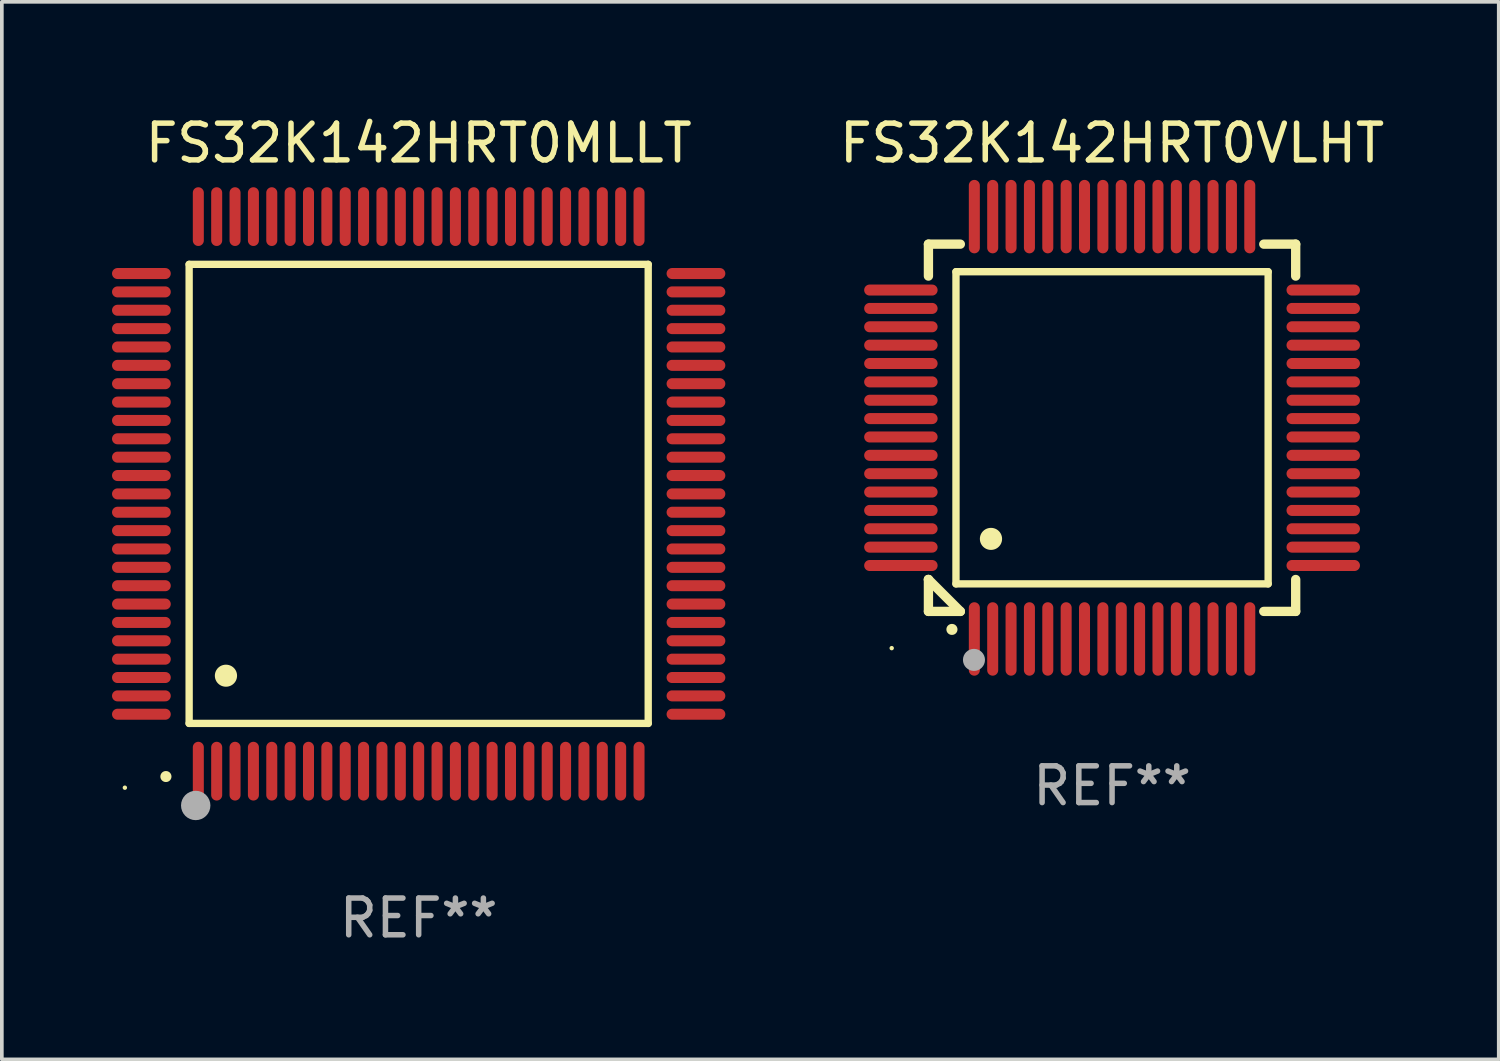
<source format=kicad_pcb>
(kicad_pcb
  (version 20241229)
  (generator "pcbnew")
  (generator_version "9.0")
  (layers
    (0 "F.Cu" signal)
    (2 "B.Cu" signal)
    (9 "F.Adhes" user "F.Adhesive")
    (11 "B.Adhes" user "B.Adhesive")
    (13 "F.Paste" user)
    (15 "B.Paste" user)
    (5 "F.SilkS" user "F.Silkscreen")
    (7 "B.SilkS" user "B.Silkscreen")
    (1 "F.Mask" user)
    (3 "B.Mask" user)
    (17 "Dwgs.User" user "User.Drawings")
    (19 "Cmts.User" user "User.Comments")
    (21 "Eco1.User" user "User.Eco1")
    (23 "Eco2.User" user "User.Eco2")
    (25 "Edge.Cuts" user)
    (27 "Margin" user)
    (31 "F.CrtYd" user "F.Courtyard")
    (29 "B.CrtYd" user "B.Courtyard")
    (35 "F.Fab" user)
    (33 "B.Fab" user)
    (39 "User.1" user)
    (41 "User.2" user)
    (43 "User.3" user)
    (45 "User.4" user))
  (footprint "FS32K142HRT0MLLT"
    (layer "F.Cu")
    (at 8.35 10.398)
    (property "Reference" "FS32K142HRT0MLLT" (at 0 -9.55 0) (layer "F.SilkS") (effects (font (size 1 1) (thickness 0.15))))
    (attr through_hole)
    (fp_line (start -6.25 -6.25) (end -6.25 6.25) (stroke (width 0.2) (type solid)) (layer "F.SilkS"))
    (fp_line (start -6.25 6.25) (end 6.25 6.25) (stroke (width 0.2) (type solid)) (layer "F.SilkS"))
    (fp_line (start 6.25 -6.25) (end -6.25 -6.25) (stroke (width 0.2) (type solid)) (layer "F.SilkS"))
    (fp_line (start 6.25 6.25) (end 6.25 -6.25) (stroke (width 0.2) (type solid)) (layer "F.SilkS"))
    (fp_arc (start -6.883414 7.696215) (mid -6.882144 7.69621) (end -6.880874 7.696215) (stroke (width 0.3) (type solid)) (layer "F.SilkS"))
    (fp_arc (start -5.250191 4.95047) (mid -5.247651 4.950459) (end -5.245111 4.95047) (stroke (width 0.6) (type solid)) (layer "F.SilkS"))
    (fp_circle (center -8 8) (end -7.97 8) (stroke (width 0.06) (type solid)) (fill no) (layer "F.SilkS"))
    (fp_circle (center -6.071 8.484) (end -5.871 8.484) (stroke (width 0.4) (type solid)) (fill no) (layer "F.Fab"))
    (fp_text user "REF**" (at 0 11.55 0) (layer "F.Fab") (effects (font (size 1 1) (thickness 0.15))))
    (pad "1" smd oval (at -6 7.55) (size 0.3 1.6) (layers "F.Cu" "F.Mask" "F.Paste"))
    (pad "2" smd oval (at -5.5 7.55) (size 0.3 1.6) (layers "F.Cu" "F.Mask" "F.Paste"))
    (pad "3" smd oval (at -5 7.55) (size 0.3 1.6) (layers "F.Cu" "F.Mask" "F.Paste"))
    (pad "4" smd oval (at -4.5 7.55) (size 0.3 1.6) (layers "F.Cu" "F.Mask" "F.Paste"))
    (pad "5" smd oval (at -4 7.55) (size 0.3 1.6) (layers "F.Cu" "F.Mask" "F.Paste"))
    (pad "6" smd oval (at -3.5 7.55) (size 0.3 1.6) (layers "F.Cu" "F.Mask" "F.Paste"))
    (pad "7" smd oval (at -3 7.55) (size 0.3 1.6) (layers "F.Cu" "F.Mask" "F.Paste"))
    (pad "8" smd oval (at -2.5 7.55) (size 0.3 1.6) (layers "F.Cu" "F.Mask" "F.Paste"))
    (pad "9" smd oval (at -2 7.55) (size 0.3 1.6) (layers "F.Cu" "F.Mask" "F.Paste"))
    (pad "10" smd oval (at -1.5 7.55) (size 0.3 1.6) (layers "F.Cu" "F.Mask" "F.Paste"))
    (pad "11" smd oval (at -1 7.55) (size 0.3 1.6) (layers "F.Cu" "F.Mask" "F.Paste"))
    (pad "12" smd oval (at -0.5 7.55) (size 0.3 1.6) (layers "F.Cu" "F.Mask" "F.Paste"))
    (pad "13" smd oval (at 0 7.55) (size 0.3 1.6) (layers "F.Cu" "F.Mask" "F.Paste"))
    (pad "14" smd oval (at 0.5 7.55) (size 0.3 1.6) (layers "F.Cu" "F.Mask" "F.Paste"))
    (pad "15" smd oval (at 1 7.55) (size 0.3 1.6) (layers "F.Cu" "F.Mask" "F.Paste"))
    (pad "16" smd oval (at 1.5 7.55) (size 0.3 1.6) (layers "F.Cu" "F.Mask" "F.Paste"))
    (pad "17" smd oval (at 2 7.55) (size 0.3 1.6) (layers "F.Cu" "F.Mask" "F.Paste"))
    (pad "18" smd oval (at 2.5 7.55) (size 0.3 1.6) (layers "F.Cu" "F.Mask" "F.Paste"))
    (pad "19" smd oval (at 3 7.55) (size 0.3 1.6) (layers "F.Cu" "F.Mask" "F.Paste"))
    (pad "20" smd oval (at 3.5 7.55) (size 0.3 1.6) (layers "F.Cu" "F.Mask" "F.Paste"))
    (pad "21" smd oval (at 4 7.55) (size 0.3 1.6) (layers "F.Cu" "F.Mask" "F.Paste"))
    (pad "22" smd oval (at 4.5 7.55) (size 0.3 1.6) (layers "F.Cu" "F.Mask" "F.Paste"))
    (pad "23" smd oval (at 5 7.55) (size 0.3 1.6) (layers "F.Cu" "F.Mask" "F.Paste"))
    (pad "24" smd oval (at 5.5 7.55) (size 0.3 1.6) (layers "F.Cu" "F.Mask" "F.Paste"))
    (pad "25" smd oval (at 6 7.55) (size 0.3 1.6) (layers "F.Cu" "F.Mask" "F.Paste"))
    (pad "26" smd oval (at 7.55 6) (size 1.6 0.3) (layers "F.Cu" "F.Mask" "F.Paste"))
    (pad "27" smd oval (at 7.55 5.5) (size 1.6 0.3) (layers "F.Cu" "F.Mask" "F.Paste"))
    (pad "28" smd oval (at 7.55 5) (size 1.6 0.3) (layers "F.Cu" "F.Mask" "F.Paste"))
    (pad "29" smd oval (at 7.55 4.5) (size 1.6 0.3) (layers "F.Cu" "F.Mask" "F.Paste"))
    (pad "30" smd oval (at 7.55 4) (size 1.6 0.3) (layers "F.Cu" "F.Mask" "F.Paste"))
    (pad "31" smd oval (at 7.55 3.5) (size 1.6 0.3) (layers "F.Cu" "F.Mask" "F.Paste"))
    (pad "32" smd oval (at 7.55 3) (size 1.6 0.3) (layers "F.Cu" "F.Mask" "F.Paste"))
    (pad "33" smd oval (at 7.55 2.5) (size 1.6 0.3) (layers "F.Cu" "F.Mask" "F.Paste"))
    (pad "34" smd oval (at 7.55 2) (size 1.6 0.3) (layers "F.Cu" "F.Mask" "F.Paste"))
    (pad "35" smd oval (at 7.55 1.5) (size 1.6 0.3) (layers "F.Cu" "F.Mask" "F.Paste"))
    (pad "36" smd oval (at 7.55 1) (size 1.6 0.3) (layers "F.Cu" "F.Mask" "F.Paste"))
    (pad "37" smd oval (at 7.55 0.5) (size 1.6 0.3) (layers "F.Cu" "F.Mask" "F.Paste"))
    (pad "38" smd oval (at 7.55 0) (size 1.6 0.3) (layers "F.Cu" "F.Mask" "F.Paste"))
    (pad "39" smd oval (at 7.55 -0.5) (size 1.6 0.3) (layers "F.Cu" "F.Mask" "F.Paste"))
    (pad "40" smd oval (at 7.55 -1) (size 1.6 0.3) (layers "F.Cu" "F.Mask" "F.Paste"))
    (pad "41" smd oval (at 7.55 -1.5) (size 1.6 0.3) (layers "F.Cu" "F.Mask" "F.Paste"))
    (pad "42" smd oval (at 7.55 -2) (size 1.6 0.3) (layers "F.Cu" "F.Mask" "F.Paste"))
    (pad "43" smd oval (at 7.55 -2.5) (size 1.6 0.3) (layers "F.Cu" "F.Mask" "F.Paste"))
    (pad "44" smd oval (at 7.55 -3) (size 1.6 0.3) (layers "F.Cu" "F.Mask" "F.Paste"))
    (pad "45" smd oval (at 7.55 -3.5) (size 1.6 0.3) (layers "F.Cu" "F.Mask" "F.Paste"))
    (pad "46" smd oval (at 7.55 -4) (size 1.6 0.3) (layers "F.Cu" "F.Mask" "F.Paste"))
    (pad "47" smd oval (at 7.55 -4.5) (size 1.6 0.3) (layers "F.Cu" "F.Mask" "F.Paste"))
    (pad "48" smd oval (at 7.55 -5) (size 1.6 0.3) (layers "F.Cu" "F.Mask" "F.Paste"))
    (pad "49" smd oval (at 7.55 -5.5) (size 1.6 0.3) (layers "F.Cu" "F.Mask" "F.Paste"))
    (pad "50" smd oval (at 7.55 -6) (size 1.6 0.3) (layers "F.Cu" "F.Mask" "F.Paste"))
    (pad "51" smd oval (at 6 -7.55) (size 0.3 1.6) (layers "F.Cu" "F.Mask" "F.Paste"))
    (pad "52" smd oval (at 5.5 -7.55) (size 0.3 1.6) (layers "F.Cu" "F.Mask" "F.Paste"))
    (pad "53" smd oval (at 5 -7.55) (size 0.3 1.6) (layers "F.Cu" "F.Mask" "F.Paste"))
    (pad "54" smd oval (at 4.5 -7.55) (size 0.3 1.6) (layers "F.Cu" "F.Mask" "F.Paste"))
    (pad "55" smd oval (at 4 -7.55) (size 0.3 1.6) (layers "F.Cu" "F.Mask" "F.Paste"))
    (pad "56" smd oval (at 3.5 -7.55) (size 0.3 1.6) (layers "F.Cu" "F.Mask" "F.Paste"))
    (pad "57" smd oval (at 3 -7.55) (size 0.3 1.6) (layers "F.Cu" "F.Mask" "F.Paste"))
    (pad "58" smd oval (at 2.5 -7.55) (size 0.3 1.6) (layers "F.Cu" "F.Mask" "F.Paste"))
    (pad "59" smd oval (at 2 -7.55) (size 0.3 1.6) (layers "F.Cu" "F.Mask" "F.Paste"))
    (pad "60" smd oval (at 1.5 -7.55) (size 0.3 1.6) (layers "F.Cu" "F.Mask" "F.Paste"))
    (pad "61" smd oval (at 1 -7.55) (size 0.3 1.6) (layers "F.Cu" "F.Mask" "F.Paste"))
    (pad "62" smd oval (at 0.5 -7.55) (size 0.3 1.6) (layers "F.Cu" "F.Mask" "F.Paste"))
    (pad "63" smd oval (at 0 -7.55) (size 0.3 1.6) (layers "F.Cu" "F.Mask" "F.Paste"))
    (pad "64" smd oval (at -0.5 -7.55) (size 0.3 1.6) (layers "F.Cu" "F.Mask" "F.Paste"))
    (pad "65" smd oval (at -1 -7.55) (size 0.3 1.6) (layers "F.Cu" "F.Mask" "F.Paste"))
    (pad "66" smd oval (at -1.5 -7.55) (size 0.3 1.6) (layers "F.Cu" "F.Mask" "F.Paste"))
    (pad "67" smd oval (at -2 -7.55) (size 0.3 1.6) (layers "F.Cu" "F.Mask" "F.Paste"))
    (pad "68" smd oval (at -2.5 -7.55) (size 0.3 1.6) (layers "F.Cu" "F.Mask" "F.Paste"))
    (pad "69" smd oval (at -3 -7.55) (size 0.3 1.6) (layers "F.Cu" "F.Mask" "F.Paste"))
    (pad "70" smd oval (at -3.5 -7.55) (size 0.3 1.6) (layers "F.Cu" "F.Mask" "F.Paste"))
    (pad "71" smd oval (at -4 -7.55) (size 0.3 1.6) (layers "F.Cu" "F.Mask" "F.Paste"))
    (pad "72" smd oval (at -4.5 -7.55) (size 0.3 1.6) (layers "F.Cu" "F.Mask" "F.Paste"))
    (pad "73" smd oval (at -5 -7.55) (size 0.3 1.6) (layers "F.Cu" "F.Mask" "F.Paste"))
    (pad "74" smd oval (at -5.5 -7.55) (size 0.3 1.6) (layers "F.Cu" "F.Mask" "F.Paste"))
    (pad "75" smd oval (at -6 -7.55) (size 0.3 1.6) (layers "F.Cu" "F.Mask" "F.Paste"))
    (pad "76" smd oval (at -7.55 -6) (size 1.6 0.3) (layers "F.Cu" "F.Mask" "F.Paste"))
    (pad "77" smd oval (at -7.55 -5.5) (size 1.6 0.3) (layers "F.Cu" "F.Mask" "F.Paste"))
    (pad "78" smd oval (at -7.55 -5) (size 1.6 0.3) (layers "F.Cu" "F.Mask" "F.Paste"))
    (pad "79" smd oval (at -7.55 -4.5) (size 1.6 0.3) (layers "F.Cu" "F.Mask" "F.Paste"))
    (pad "80" smd oval (at -7.55 -4) (size 1.6 0.3) (layers "F.Cu" "F.Mask" "F.Paste"))
    (pad "81" smd oval (at -7.55 -3.5) (size 1.6 0.3) (layers "F.Cu" "F.Mask" "F.Paste"))
    (pad "82" smd oval (at -7.55 -3) (size 1.6 0.3) (layers "F.Cu" "F.Mask" "F.Paste"))
    (pad "83" smd oval (at -7.55 -2.5) (size 1.6 0.3) (layers "F.Cu" "F.Mask" "F.Paste"))
    (pad "84" smd oval (at -7.55 -2) (size 1.6 0.3) (layers "F.Cu" "F.Mask" "F.Paste"))
    (pad "85" smd oval (at -7.55 -1.5) (size 1.6 0.3) (layers "F.Cu" "F.Mask" "F.Paste"))
    (pad "86" smd oval (at -7.55 -1) (size 1.6 0.3) (layers "F.Cu" "F.Mask" "F.Paste"))
    (pad "87" smd oval (at -7.55 -0.5) (size 1.6 0.3) (layers "F.Cu" "F.Mask" "F.Paste"))
    (pad "88" smd oval (at -7.55 0) (size 1.6 0.3) (layers "F.Cu" "F.Mask" "F.Paste"))
    (pad "89" smd oval (at -7.55 0.5) (size 1.6 0.3) (layers "F.Cu" "F.Mask" "F.Paste"))
    (pad "90" smd oval (at -7.55 1) (size 1.6 0.3) (layers "F.Cu" "F.Mask" "F.Paste"))
    (pad "91" smd oval (at -7.55 1.5) (size 1.6 0.3) (layers "F.Cu" "F.Mask" "F.Paste"))
    (pad "92" smd oval (at -7.55 2) (size 1.6 0.3) (layers "F.Cu" "F.Mask" "F.Paste"))
    (pad "93" smd oval (at -7.55 2.5) (size 1.6 0.3) (layers "F.Cu" "F.Mask" "F.Paste"))
    (pad "94" smd oval (at -7.55 3) (size 1.6 0.3) (layers "F.Cu" "F.Mask" "F.Paste"))
    (pad "95" smd oval (at -7.55 3.5) (size 1.6 0.3) (layers "F.Cu" "F.Mask" "F.Paste"))
    (pad "96" smd oval (at -7.55 4) (size 1.6 0.3) (layers "F.Cu" "F.Mask" "F.Paste"))
    (pad "97" smd oval (at -7.55 4.5) (size 1.6 0.3) (layers "F.Cu" "F.Mask" "F.Paste"))
    (pad "98" smd oval (at -7.55 5) (size 1.6 0.3) (layers "F.Cu" "F.Mask" "F.Paste"))
    (pad "99" smd oval (at -7.55 5.5) (size 1.6 0.3) (layers "F.Cu" "F.Mask" "F.Paste"))
    (pad "100" smd oval (at -7.55 6) (size 1.6 0.3) (layers "F.Cu" "F.Mask" "F.Paste")))
  (footprint "FS32K142HRT0VLHT"
    (layer "F.Cu")
    (at 27.23 8.598)
    (property "Reference" "FS32K142HRT0VLHT" (at 0 -7.75 0) (layer "F.SilkS") (effects (font (size 1 1) (thickness 0.15))))
    (attr through_hole)
    (fp_line (start -5 -5) (end -4.131 -5) (stroke (width 0.254) (type solid)) (layer "F.SilkS"))
    (fp_line (start -5 -4.131) (end -5 -5) (stroke (width 0.254) (type solid)) (layer "F.SilkS"))
    (fp_line (start -5 4.131) (end -5 4.131) (stroke (width 0.254) (type solid)) (layer "F.SilkS"))
    (fp_line (start -5 5) (end -5 4.131) (stroke (width 0.254) (type solid)) (layer "F.SilkS"))
    (fp_line (start -5 4.131) (end -4.131 5) (stroke (width 0.254) (type solid)) (layer "F.SilkS"))
    (fp_line (start -4.25 -4.25) (end -4.25 4.25) (stroke (width 0.2) (type solid)) (layer "F.SilkS"))
    (fp_line (start -4.25 4.25) (end 4.25 4.25) (stroke (width 0.2) (type solid)) (layer "F.SilkS"))
    (fp_line (start -4.131 5) (end -5 5) (stroke (width 0.254) (type solid)) (layer "F.SilkS"))
    (fp_line (start 4.25 -4.25) (end -4.25 -4.25) (stroke (width 0.2) (type solid)) (layer "F.SilkS"))
    (fp_line (start 4.25 4.25) (end 4.25 -4.25) (stroke (width 0.2) (type solid)) (layer "F.SilkS"))
    (fp_line (start 5 -5) (end 4.131 -5) (stroke (width 0.254) (type solid)) (layer "F.SilkS"))
    (fp_line (start 5 -5) (end 5 -4.131) (stroke (width 0.254) (type solid)) (layer "F.SilkS"))
    (fp_line (start 5 4.131) (end 5 5) (stroke (width 0.254) (type solid)) (layer "F.SilkS"))
    (fp_line (start 5 5) (end 4.131 5) (stroke (width 0.254) (type solid)) (layer "F.SilkS"))
    (fp_arc (start -4.361265 5.489992) (mid -4.359995 5.489987) (end -4.358725 5.489992) (stroke (width 0.3) (type solid)) (layer "F.SilkS"))
    (fp_arc (start -3.299467 3.025146) (mid -3.296927 3.025135) (end -3.294387 3.025146) (stroke (width 0.6) (type solid)) (layer "F.SilkS"))
    (fp_circle (center -6 6) (end -5.97 6) (stroke (width 0.06) (type solid)) (fill no) (layer "F.SilkS"))
    (fp_circle (center -3.76 6.32) (end -3.61 6.32) (stroke (width 0.3) (type solid)) (fill no) (layer "F.Fab"))
    (fp_text user "REF**" (at 0 9.75 0) (layer "F.Fab") (effects (font (size 1 1) (thickness 0.15))))
    (pad "1" smd oval (at -3.75 5.75) (size 0.3 2) (layers "F.Cu" "F.Mask" "F.Paste"))
    (pad "2" smd oval (at -3.25 5.75) (size 0.3 2) (layers "F.Cu" "F.Mask" "F.Paste"))
    (pad "3" smd oval (at -2.75 5.75) (size 0.3 2) (layers "F.Cu" "F.Mask" "F.Paste"))
    (pad "4" smd oval (at -2.25 5.75) (size 0.3 2) (layers "F.Cu" "F.Mask" "F.Paste"))
    (pad "5" smd oval (at -1.75 5.75) (size 0.3 2) (layers "F.Cu" "F.Mask" "F.Paste"))
    (pad "6" smd oval (at -1.25 5.75) (size 0.3 2) (layers "F.Cu" "F.Mask" "F.Paste"))
    (pad "7" smd oval (at -0.75 5.75) (size 0.3 2) (layers "F.Cu" "F.Mask" "F.Paste"))
    (pad "8" smd oval (at -0.25 5.75) (size 0.3 2) (layers "F.Cu" "F.Mask" "F.Paste"))
    (pad "9" smd oval (at 0.25 5.75) (size 0.3 2) (layers "F.Cu" "F.Mask" "F.Paste"))
    (pad "10" smd oval (at 0.75 5.75) (size 0.3 2) (layers "F.Cu" "F.Mask" "F.Paste"))
    (pad "11" smd oval (at 1.25 5.75) (size 0.3 2) (layers "F.Cu" "F.Mask" "F.Paste"))
    (pad "12" smd oval (at 1.75 5.75) (size 0.3 2) (layers "F.Cu" "F.Mask" "F.Paste"))
    (pad "13" smd oval (at 2.25 5.75) (size 0.3 2) (layers "F.Cu" "F.Mask" "F.Paste"))
    (pad "14" smd oval (at 2.75 5.75) (size 0.3 2) (layers "F.Cu" "F.Mask" "F.Paste"))
    (pad "15" smd oval (at 3.25 5.75) (size 0.3 2) (layers "F.Cu" "F.Mask" "F.Paste"))
    (pad "16" smd oval (at 3.75 5.75) (size 0.3 2) (layers "F.Cu" "F.Mask" "F.Paste"))
    (pad "17" smd oval (at 5.75 3.75) (size 2 0.3) (layers "F.Cu" "F.Mask" "F.Paste"))
    (pad "18" smd oval (at 5.75 3.25) (size 2 0.3) (layers "F.Cu" "F.Mask" "F.Paste"))
    (pad "19" smd oval (at 5.75 2.75) (size 2 0.3) (layers "F.Cu" "F.Mask" "F.Paste"))
    (pad "20" smd oval (at 5.75 2.25) (size 2 0.3) (layers "F.Cu" "F.Mask" "F.Paste"))
    (pad "21" smd oval (at 5.75 1.75) (size 2 0.3) (layers "F.Cu" "F.Mask" "F.Paste"))
    (pad "22" smd oval (at 5.75 1.25) (size 2 0.3) (layers "F.Cu" "F.Mask" "F.Paste"))
    (pad "23" smd oval (at 5.75 0.75) (size 2 0.3) (layers "F.Cu" "F.Mask" "F.Paste"))
    (pad "24" smd oval (at 5.75 0.25) (size 2 0.3) (layers "F.Cu" "F.Mask" "F.Paste"))
    (pad "25" smd oval (at 5.75 -0.25) (size 2 0.3) (layers "F.Cu" "F.Mask" "F.Paste"))
    (pad "26" smd oval (at 5.75 -0.75) (size 2 0.3) (layers "F.Cu" "F.Mask" "F.Paste"))
    (pad "27" smd oval (at 5.75 -1.25) (size 2 0.3) (layers "F.Cu" "F.Mask" "F.Paste"))
    (pad "28" smd oval (at 5.75 -1.75) (size 2 0.3) (layers "F.Cu" "F.Mask" "F.Paste"))
    (pad "29" smd oval (at 5.75 -2.25) (size 2 0.3) (layers "F.Cu" "F.Mask" "F.Paste"))
    (pad "30" smd oval (at 5.75 -2.75) (size 2 0.3) (layers "F.Cu" "F.Mask" "F.Paste"))
    (pad "31" smd oval (at 5.75 -3.25) (size 2 0.3) (layers "F.Cu" "F.Mask" "F.Paste"))
    (pad "32" smd oval (at 5.75 -3.75) (size 2 0.3) (layers "F.Cu" "F.Mask" "F.Paste"))
    (pad "33" smd oval (at 3.75 -5.75) (size 0.3 2) (layers "F.Cu" "F.Mask" "F.Paste"))
    (pad "34" smd oval (at 3.25 -5.75) (size 0.3 2) (layers "F.Cu" "F.Mask" "F.Paste"))
    (pad "35" smd oval (at 2.75 -5.75) (size 0.3 2) (layers "F.Cu" "F.Mask" "F.Paste"))
    (pad "36" smd oval (at 2.25 -5.75) (size 0.3 2) (layers "F.Cu" "F.Mask" "F.Paste"))
    (pad "37" smd oval (at 1.75 -5.75) (size 0.3 2) (layers "F.Cu" "F.Mask" "F.Paste"))
    (pad "38" smd oval (at 1.25 -5.75) (size 0.3 2) (layers "F.Cu" "F.Mask" "F.Paste"))
    (pad "39" smd oval (at 0.75 -5.75) (size 0.3 2) (layers "F.Cu" "F.Mask" "F.Paste"))
    (pad "40" smd oval (at 0.25 -5.75) (size 0.3 2) (layers "F.Cu" "F.Mask" "F.Paste"))
    (pad "41" smd oval (at -0.25 -5.75) (size 0.3 2) (layers "F.Cu" "F.Mask" "F.Paste"))
    (pad "42" smd oval (at -0.75 -5.75) (size 0.3 2) (layers "F.Cu" "F.Mask" "F.Paste"))
    (pad "43" smd oval (at -1.25 -5.75) (size 0.3 2) (layers "F.Cu" "F.Mask" "F.Paste"))
    (pad "44" smd oval (at -1.75 -5.75) (size 0.3 2) (layers "F.Cu" "F.Mask" "F.Paste"))
    (pad "45" smd oval (at -2.25 -5.75) (size 0.3 2) (layers "F.Cu" "F.Mask" "F.Paste"))
    (pad "46" smd oval (at -2.75 -5.75) (size 0.3 2) (layers "F.Cu" "F.Mask" "F.Paste"))
    (pad "47" smd oval (at -3.25 -5.75) (size 0.3 2) (layers "F.Cu" "F.Mask" "F.Paste"))
    (pad "48" smd oval (at -3.75 -5.75) (size 0.3 2) (layers "F.Cu" "F.Mask" "F.Paste"))
    (pad "49" smd oval (at -5.75 -3.75) (size 2 0.3) (layers "F.Cu" "F.Mask" "F.Paste"))
    (pad "50" smd oval (at -5.75 -3.25) (size 2 0.3) (layers "F.Cu" "F.Mask" "F.Paste"))
    (pad "51" smd oval (at -5.75 -2.75) (size 2 0.3) (layers "F.Cu" "F.Mask" "F.Paste"))
    (pad "52" smd oval (at -5.75 -2.25) (size 2 0.3) (layers "F.Cu" "F.Mask" "F.Paste"))
    (pad "53" smd oval (at -5.75 -1.75) (size 2 0.3) (layers "F.Cu" "F.Mask" "F.Paste"))
    (pad "54" smd oval (at -5.75 -1.25) (size 2 0.3) (layers "F.Cu" "F.Mask" "F.Paste"))
    (pad "55" smd oval (at -5.75 -0.75) (size 2 0.3) (layers "F.Cu" "F.Mask" "F.Paste"))
    (pad "56" smd oval (at -5.75 -0.25) (size 2 0.3) (layers "F.Cu" "F.Mask" "F.Paste"))
    (pad "57" smd oval (at -5.75 0.25) (size 2 0.3) (layers "F.Cu" "F.Mask" "F.Paste"))
    (pad "58" smd oval (at -5.75 0.75) (size 2 0.3) (layers "F.Cu" "F.Mask" "F.Paste"))
    (pad "59" smd oval (at -5.75 1.25) (size 2 0.3) (layers "F.Cu" "F.Mask" "F.Paste"))
    (pad "60" smd oval (at -5.75 1.75) (size 2 0.3) (layers "F.Cu" "F.Mask" "F.Paste"))
    (pad "61" smd oval (at -5.75 2.25) (size 2 0.3) (layers "F.Cu" "F.Mask" "F.Paste"))
    (pad "62" smd oval (at -5.75 2.75) (size 2 0.3) (layers "F.Cu" "F.Mask" "F.Paste"))
    (pad "63" smd oval (at -5.75 3.25) (size 2 0.3) (layers "F.Cu" "F.Mask" "F.Paste"))
    (pad "64" smd oval (at -5.75 3.75) (size 2 0.3) (layers "F.Cu" "F.Mask" "F.Paste")))
  (gr_rect
    (start -3 -3)
    (end 37.759 25.796)
    (stroke (width 0.1) (type default))
    (fill no)
    (layer "Edge.Cuts")))
</source>
